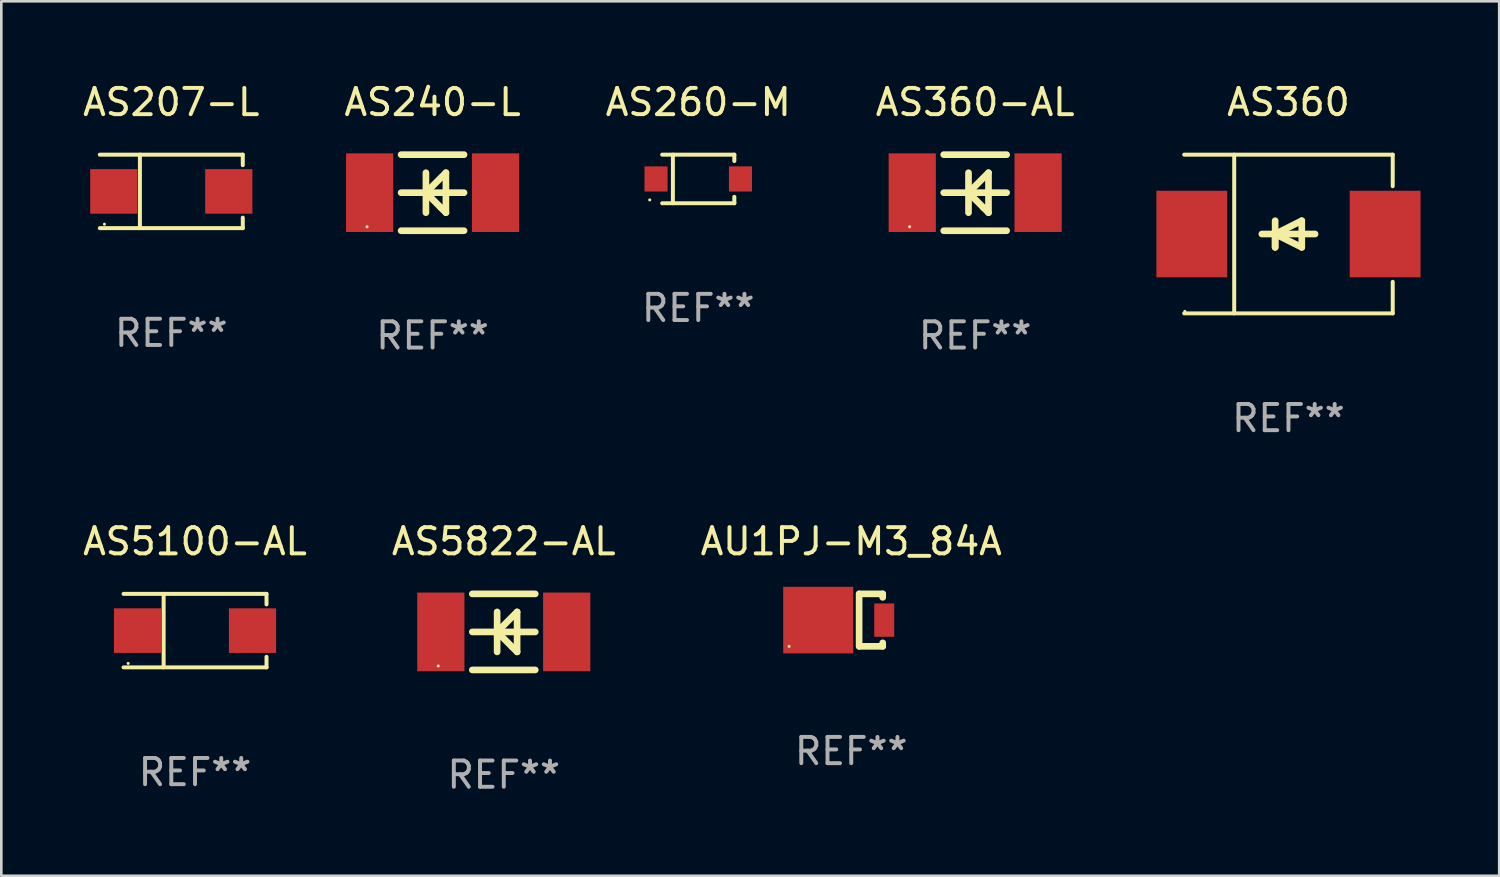
<source format=kicad_pcb>
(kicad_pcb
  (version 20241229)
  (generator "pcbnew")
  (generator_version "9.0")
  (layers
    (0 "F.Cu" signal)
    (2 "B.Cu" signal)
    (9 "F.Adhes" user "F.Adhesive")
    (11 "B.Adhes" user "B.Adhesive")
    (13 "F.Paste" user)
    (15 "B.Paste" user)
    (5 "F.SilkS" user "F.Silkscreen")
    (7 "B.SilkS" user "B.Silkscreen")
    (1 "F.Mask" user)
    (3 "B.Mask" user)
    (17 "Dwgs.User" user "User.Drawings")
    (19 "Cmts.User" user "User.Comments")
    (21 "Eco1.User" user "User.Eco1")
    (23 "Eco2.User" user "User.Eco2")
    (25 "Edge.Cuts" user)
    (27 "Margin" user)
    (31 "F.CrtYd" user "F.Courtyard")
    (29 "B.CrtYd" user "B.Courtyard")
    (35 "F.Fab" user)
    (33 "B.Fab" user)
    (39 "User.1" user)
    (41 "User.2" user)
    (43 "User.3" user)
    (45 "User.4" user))
  (footprint "AU1PJ-M3_84A"
    (layer "F.Cu")
    (at 29.411 20.597)
    (property "Reference" "AU1PJ-M3_84A" (at 0 -3 0) (layer "F.SilkS") (effects (font (size 1 1) (thickness 0.15))))
    (attr through_hole)
    (fp_line (start 0.3 -1) (end 0.3 1) (stroke (width 0.254) (type solid)) (layer "F.SilkS"))
    (fp_line (start 1.2 -1) (end 0.308 -1) (stroke (width 0.254) (type solid)) (layer "F.SilkS"))
    (fp_line (start 1.2 -1) (end 1.2 -0.866) (stroke (width 0.254) (type solid)) (layer "F.SilkS"))
    (fp_line (start 1.2 1) (end 0.308 1) (stroke (width 0.254) (type solid)) (layer "F.SilkS"))
    (fp_line (start 1.2 1) (end 1.2 0.866) (stroke (width 0.254) (type solid)) (layer "F.SilkS"))
    (fp_circle (center -2.368 1) (end -2.338 1) (stroke (width 0.06) (type solid)) (fill no) (layer "F.SilkS"))
    (fp_text user "REF**" (at 0 5 0) (layer "F.Fab") (effects (font (size 1 1) (thickness 0.15))))
    (pad "1" smd rect (at -1.258 0) (size 2.67 2.54) (layers "F.Cu" "F.Mask" "F.Paste"))
    (pad "2" smd rect (at 1.258 0) (size 0.762 1.27) (layers "F.Cu" "F.Mask" "F.Paste")))
  (footprint "AS207-L"
    (layer "F.Cu")
    (at 3.482 4.249)
    (property "Reference" "AS207-L" (at 0 -3.401 0) (layer "F.SilkS") (effects (font (size 1 1) (thickness 0.15))))
    (attr through_hole)
    (fp_line (start -2.726 -1.401) (end 2.726 -1.401) (stroke (width 0.152) (type solid)) (layer "F.SilkS"))
    (fp_line (start -2.726 1.401) (end 2.726 1.401) (stroke (width 0.152) (type solid)) (layer "F.SilkS"))
    (fp_line (start -1.197 -1.401) (end -1.197 1.401) (stroke (width 0.152) (type solid)) (layer "F.SilkS"))
    (fp_line (start 2.726 -1.401) (end 2.726 -1) (stroke (width 0.152) (type solid)) (layer "F.SilkS"))
    (fp_line (start 2.726 1.401) (end 2.726 1) (stroke (width 0.152) (type solid)) (layer "F.SilkS"))
    (fp_circle (center -2.55 1.25) (end -2.52 1.25) (stroke (width 0.06) (type solid)) (fill no) (layer "F.SilkS"))
    (fp_text user "REF**" (at 0 5.401 0) (layer "F.Fab") (effects (font (size 1 1) (thickness 0.15))))
    (pad "1" smd rect (at -2.192 0) (size 1.8 1.7) (layers "F.Cu" "F.Mask" "F.Paste"))
    (pad "2" smd rect (at 2.192 0) (size 1.8 1.7) (layers "F.Cu" "F.Mask" "F.Paste")))
  (footprint "AS240-L"
    (layer "F.Cu")
    (at 13.446 4.298)
    (property "Reference" "AS240-L" (at 0 -3.45 0) (layer "F.SilkS") (effects (font (size 1 1) (thickness 0.15))))
    (attr through_hole)
    (fp_line (start -1.2 -1.45) (end 1.2 -1.45) (stroke (width 0.254) (type solid)) (layer "F.SilkS"))
    (fp_line (start -1.2 0) (end 1.2 0) (stroke (width 0.254) (type solid)) (layer "F.SilkS"))
    (fp_line (start -1.2 1.45) (end 1.2 1.45) (stroke (width 0.254) (type solid)) (layer "F.SilkS"))
    (fp_line (start -0.254 0) (end 0.312 0.566) (stroke (width 0.254) (type solid)) (layer "F.SilkS"))
    (fp_line (start -0.254 0.762) (end -0.254 -0.762) (stroke (width 0.254) (type solid)) (layer "F.SilkS"))
    (fp_line (start 0.312 0.566) (end 0.508 0.762) (stroke (width 0.254) (type solid)) (layer "F.SilkS"))
    (fp_line (start 0.508 -0.762) (end -0.254 0) (stroke (width 0.254) (type solid)) (layer "F.SilkS"))
    (fp_line (start 0.508 0.762) (end 0.508 -0.762) (stroke (width 0.254) (type solid)) (layer "F.SilkS"))
    (fp_circle (center -2.5 1.3) (end -2.47 1.3) (stroke (width 0.06) (type solid)) (fill no) (layer "F.SilkS"))
    (fp_text user "REF**" (at 0 5.45 0) (layer "F.Fab") (effects (font (size 1 1) (thickness 0.15))))
    (pad "1" smd rect (at -2.4 0) (size 1.8 3) (layers "F.Cu" "F.Mask" "F.Paste"))
    (pad "2" smd rect (at 2.4 0) (size 1.8 3) (layers "F.Cu" "F.Mask" "F.Paste")))
  (footprint "AS5822-AL"
    (layer "F.Cu")
    (at 16.161 21.047)
    (property "Reference" "AS5822-AL" (at 0 -3.45 0) (layer "F.SilkS") (effects (font (size 1 1) (thickness 0.15))))
    (attr through_hole)
    (fp_line (start -1.2 -1.45) (end 1.2 -1.45) (stroke (width 0.254) (type solid)) (layer "F.SilkS"))
    (fp_line (start -1.2 0) (end 1.2 0) (stroke (width 0.254) (type solid)) (layer "F.SilkS"))
    (fp_line (start -1.2 1.45) (end 1.2 1.45) (stroke (width 0.254) (type solid)) (layer "F.SilkS"))
    (fp_line (start -0.254 0) (end 0.312 0.566) (stroke (width 0.254) (type solid)) (layer "F.SilkS"))
    (fp_line (start -0.254 0.762) (end -0.254 -0.762) (stroke (width 0.254) (type solid)) (layer "F.SilkS"))
    (fp_line (start 0.312 0.566) (end 0.508 0.762) (stroke (width 0.254) (type solid)) (layer "F.SilkS"))
    (fp_line (start 0.508 -0.762) (end -0.254 0) (stroke (width 0.254) (type solid)) (layer "F.SilkS"))
    (fp_line (start 0.508 0.762) (end 0.508 -0.762) (stroke (width 0.254) (type solid)) (layer "F.SilkS"))
    (fp_circle (center -2.5 1.3) (end -2.47 1.3) (stroke (width 0.06) (type solid)) (fill no) (layer "F.SilkS"))
    (fp_text user "REF**" (at 0 5.45 0) (layer "F.Fab") (effects (font (size 1 1) (thickness 0.15))))
    (pad "1" smd rect (at -2.4 0) (size 1.8 3) (layers "F.Cu" "F.Mask" "F.Paste"))
    (pad "2" smd rect (at 2.4 0) (size 1.8 3) (layers "F.Cu" "F.Mask" "F.Paste")))
  (footprint "AS260-M"
    (layer "F.Cu")
    (at 23.577 3.774)
    (property "Reference" "AS260-M" (at 0 -2.926 0) (layer "F.SilkS") (effects (font (size 1 1) (thickness 0.15))))
    (attr through_hole)
    (fp_line (start -1.376 -0.926) (end 1.376 -0.926) (stroke (width 0.152) (type solid)) (layer "F.SilkS"))
    (fp_line (start -1.376 0.926) (end 1.376 0.926) (stroke (width 0.152) (type solid)) (layer "F.SilkS"))
    (fp_line (start -0.967 -0.926) (end -0.967 0.926) (stroke (width 0.152) (type solid)) (layer "F.SilkS"))
    (fp_line (start 1.376 -0.926) (end 1.376 -0.683) (stroke (width 0.152) (type solid)) (layer "F.SilkS"))
    (fp_line (start 1.376 0.926) (end 1.376 0.683) (stroke (width 0.152) (type solid)) (layer "F.SilkS"))
    (fp_circle (center -1.85 0.8) (end -1.82 0.8) (stroke (width 0.06) (type solid)) (fill no) (layer "F.SilkS"))
    (fp_text user "REF**" (at 0 4.926 0) (layer "F.Fab") (effects (font (size 1 1) (thickness 0.15))))
    (pad "1" smd rect (at -1.61 0) (size 0.88 0.96) (layers "F.Cu" "F.Mask" "F.Paste"))
    (pad "2" smd rect (at 1.61 0) (size 0.88 0.96) (layers "F.Cu" "F.Mask" "F.Paste")))
  (footprint "AS5100-AL"
    (layer "F.Cu")
    (at 4.387 20.998)
    (property "Reference" "AS5100-AL" (at 0 -3.401 0) (layer "F.SilkS") (effects (font (size 1 1) (thickness 0.15))))
    (attr through_hole)
    (fp_line (start -2.726 -1.401) (end 2.726 -1.401) (stroke (width 0.152) (type solid)) (layer "F.SilkS"))
    (fp_line (start -2.726 1.401) (end 2.726 1.401) (stroke (width 0.152) (type solid)) (layer "F.SilkS"))
    (fp_line (start -1.197 -1.401) (end -1.197 1.401) (stroke (width 0.152) (type solid)) (layer "F.SilkS"))
    (fp_line (start 2.726 -1.401) (end 2.726 -1) (stroke (width 0.152) (type solid)) (layer "F.SilkS"))
    (fp_line (start 2.726 1.401) (end 2.726 1) (stroke (width 0.152) (type solid)) (layer "F.SilkS"))
    (fp_circle (center -2.55 1.25) (end -2.52 1.25) (stroke (width 0.06) (type solid)) (fill no) (layer "F.SilkS"))
    (fp_text user "REF**" (at 0 5.401 0) (layer "F.Fab") (effects (font (size 1 1) (thickness 0.15))))
    (pad "1" smd rect (at -2.192 0) (size 1.8 1.7) (layers "F.Cu" "F.Mask" "F.Paste"))
    (pad "2" smd rect (at 2.192 0) (size 1.8 1.7) (layers "F.Cu" "F.Mask" "F.Paste")))
  (footprint "AS360"
    (layer "F.Cu")
    (at 46.084 5.874)
    (property "Reference" "AS360" (at 0 -5.026 0) (layer "F.SilkS") (effects (font (size 1 1) (thickness 0.15))))
    (attr through_hole)
    (fp_line (start -3.976 -3.026) (end 3.976 -3.026) (stroke (width 0.152) (type solid)) (layer "F.SilkS"))
    (fp_line (start -3.976 3.026) (end 3.976 3.026) (stroke (width 0.152) (type solid)) (layer "F.SilkS"))
    (fp_line (start -2.069 -3.026) (end -2.069 3.026) (stroke (width 0.152) (type solid)) (layer "F.SilkS"))
    (fp_line (start -0.508 0) (end -0.508 0.508) (stroke (width 0.254) (type solid)) (layer "F.SilkS"))
    (fp_line (start -0.508 0) (end 0.508 0.508) (stroke (width 0.254) (type solid)) (layer "F.SilkS"))
    (fp_line (start -0.508 0.508) (end -0.508 -0.508) (stroke (width 0.254) (type solid)) (layer "F.SilkS"))
    (fp_line (start 0.508 -0.508) (end -0.508 0) (stroke (width 0.254) (type solid)) (layer "F.SilkS"))
    (fp_line (start 0.508 0.508) (end 0.508 -0.508) (stroke (width 0.254) (type solid)) (layer "F.SilkS"))
    (fp_line (start 1.016 0) (end -1.016 0) (stroke (width 0.254) (type solid)) (layer "F.SilkS"))
    (fp_line (start 3.976 -3.026) (end 3.976 -1.823) (stroke (width 0.152) (type solid)) (layer "F.SilkS"))
    (fp_line (start 3.976 3.026) (end 3.976 1.823) (stroke (width 0.152) (type solid)) (layer "F.SilkS"))
    (fp_circle (center -3.95 2.95) (end -3.92 2.95) (stroke (width 0.06) (type solid)) (fill no) (layer "F.SilkS"))
    (fp_text user "REF**" (at 0 7.026 0) (layer "F.Fab") (effects (font (size 1 1) (thickness 0.15))))
    (pad "1" smd rect (at -3.686 0) (size 2.7 3.3) (layers "F.Cu" "F.Mask" "F.Paste"))
    (pad "2" smd rect (at 3.686 0) (size 2.7 3.3) (layers "F.Cu" "F.Mask" "F.Paste")))
  (footprint "AS360-AL"
    (layer "F.Cu")
    (at 34.137 4.298)
    (property "Reference" "AS360-AL" (at 0 -3.45 0) (layer "F.SilkS") (effects (font (size 1 1) (thickness 0.15))))
    (attr through_hole)
    (fp_line (start -1.2 -1.45) (end 1.2 -1.45) (stroke (width 0.254) (type solid)) (layer "F.SilkS"))
    (fp_line (start -1.2 0) (end 1.2 0) (stroke (width 0.254) (type solid)) (layer "F.SilkS"))
    (fp_line (start -1.2 1.45) (end 1.2 1.45) (stroke (width 0.254) (type solid)) (layer "F.SilkS"))
    (fp_line (start -0.254 0) (end 0.312 0.566) (stroke (width 0.254) (type solid)) (layer "F.SilkS"))
    (fp_line (start -0.254 0.762) (end -0.254 -0.762) (stroke (width 0.254) (type solid)) (layer "F.SilkS"))
    (fp_line (start 0.312 0.566) (end 0.508 0.762) (stroke (width 0.254) (type solid)) (layer "F.SilkS"))
    (fp_line (start 0.508 -0.762) (end -0.254 0) (stroke (width 0.254) (type solid)) (layer "F.SilkS"))
    (fp_line (start 0.508 0.762) (end 0.508 -0.762) (stroke (width 0.254) (type solid)) (layer "F.SilkS"))
    (fp_circle (center -2.5 1.3) (end -2.47 1.3) (stroke (width 0.06) (type solid)) (fill no) (layer "F.SilkS"))
    (fp_text user "REF**" (at 0 5.45 0) (layer "F.Fab") (effects (font (size 1 1) (thickness 0.15))))
    (pad "1" smd rect (at -2.4 0) (size 1.8 3) (layers "F.Cu" "F.Mask" "F.Paste"))
    (pad "2" smd rect (at 2.4 0) (size 1.8 3) (layers "F.Cu" "F.Mask" "F.Paste")))
  (gr_rect
    (start -3 -3)
    (end 54.12 30.346)
    (stroke (width 0.1) (type default))
    (fill no)
    (layer "Edge.Cuts")))
</source>
